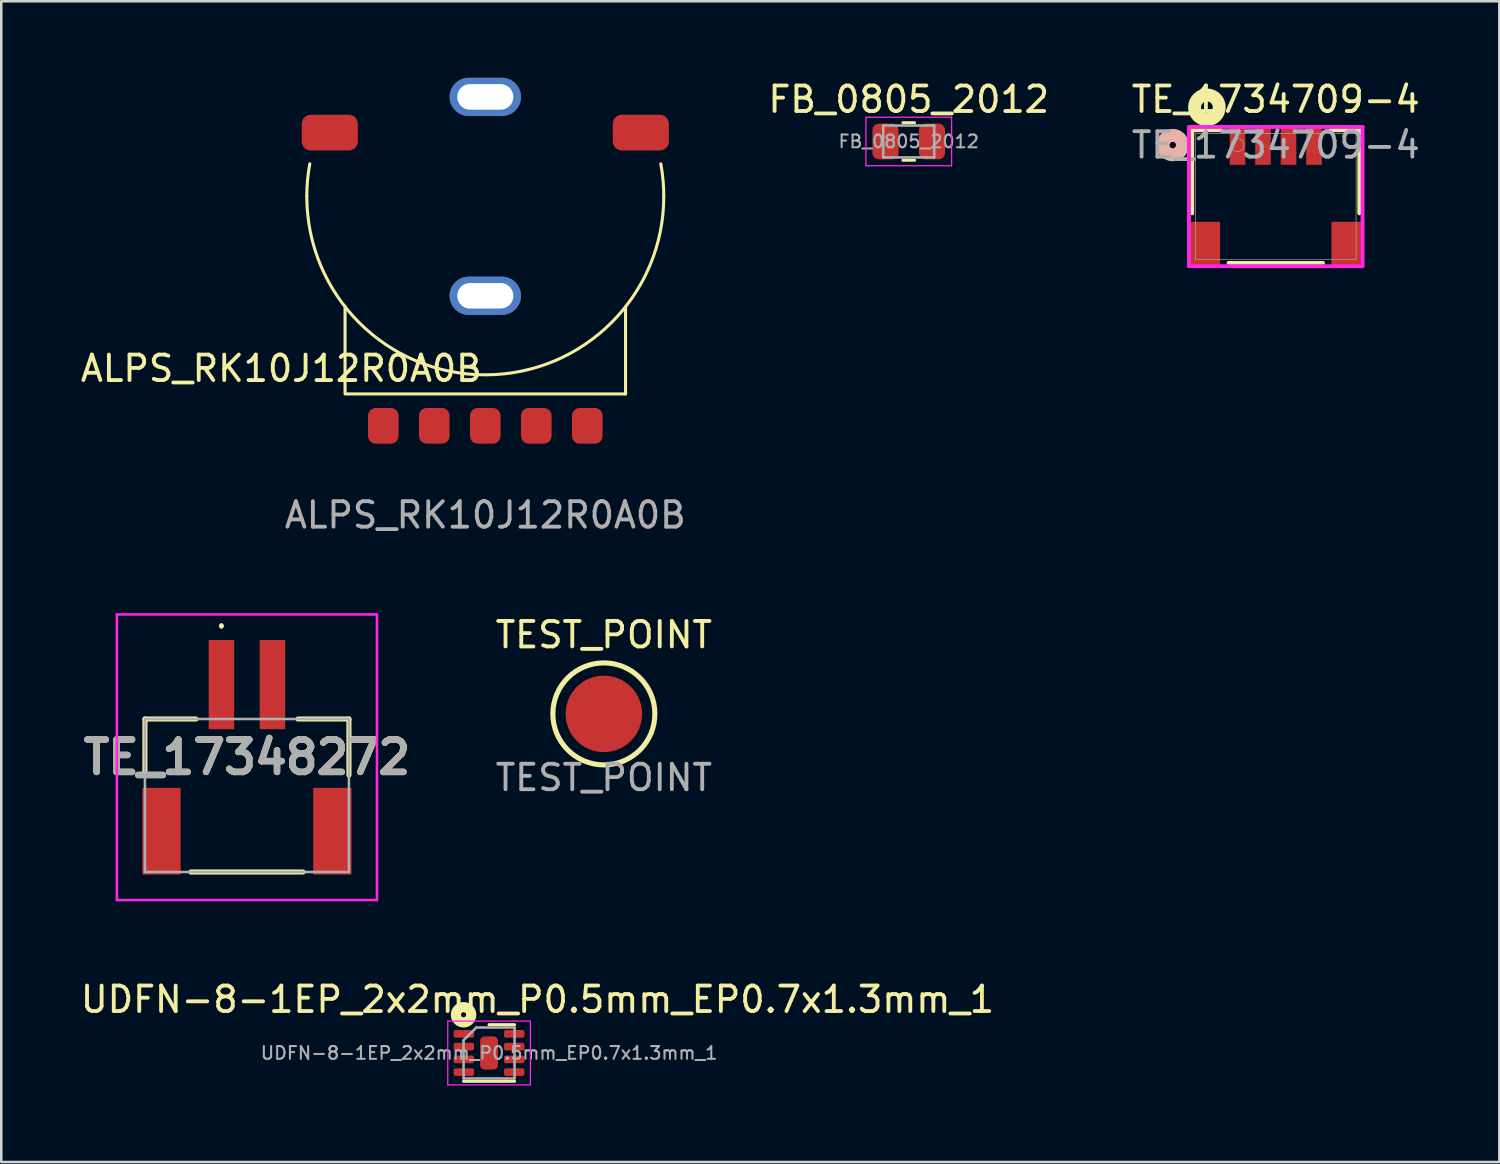
<source format=kicad_pcb>
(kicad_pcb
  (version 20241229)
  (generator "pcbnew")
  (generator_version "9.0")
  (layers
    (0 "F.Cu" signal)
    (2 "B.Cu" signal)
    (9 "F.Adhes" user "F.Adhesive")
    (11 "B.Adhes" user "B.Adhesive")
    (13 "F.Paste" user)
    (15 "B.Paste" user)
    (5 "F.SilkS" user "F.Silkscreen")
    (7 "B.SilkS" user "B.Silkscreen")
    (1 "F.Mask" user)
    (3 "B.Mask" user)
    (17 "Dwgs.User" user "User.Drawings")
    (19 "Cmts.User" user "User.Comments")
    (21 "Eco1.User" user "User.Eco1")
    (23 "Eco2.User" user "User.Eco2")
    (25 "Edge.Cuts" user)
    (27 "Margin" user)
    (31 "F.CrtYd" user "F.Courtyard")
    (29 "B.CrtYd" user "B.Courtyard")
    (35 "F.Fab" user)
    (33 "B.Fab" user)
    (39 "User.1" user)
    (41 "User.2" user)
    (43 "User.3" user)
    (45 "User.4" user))
  (footprint "TEST_POINT"
    (layer "F.Cu")
    (at 20.632 24.947)
    (property "Reference" "TEST_POINT" (at 0 -3.1 0) (unlocked yes) (layer "F.SilkS") (effects (font (size 1 1) (thickness 0.15))))
    (attr smd)
    (fp_circle (center 0 0) (end 2 0) (stroke (width 0.2) (type default)) (fill no) (layer "F.SilkS"))
    (fp_text user "${REFERENCE}" (at 0 2.5 0) (unlocked yes) (layer "F.Fab") (effects (font (size 1 1) (thickness 0.15))))
    (pad "1" smd circle (at 0 0) (size 3 3) (layers "F.Cu" "F.Mask")))
  (footprint "TE_17348272"
    (layer "F.Cu")
    (at 6.634 28.148)
    (property "Reference" "TE_17348272" (at 0 -1.5 0) (layer "F.SilkS") (effects (font (size 1.27 1.27) (thickness 0.254))))
    (attr smd)
    (fp_line (start -4 -3) (end -2 -3) (stroke (width 0.2) (type solid)) (layer "F.SilkS"))
    (fp_line (start -4 -0.8) (end -4 -3) (stroke (width 0.2) (type solid)) (layer "F.SilkS"))
    (fp_line (start -2.2 3) (end 2.2 3) (stroke (width 0.2) (type solid)) (layer "F.SilkS"))
    (fp_line (start -1 -6.7) (end -1 -6.7) (stroke (width 0.1) (type solid)) (layer "F.SilkS"))
    (fp_line (start -1 -6.6) (end -1 -6.6) (stroke (width 0.1) (type solid)) (layer "F.SilkS"))
    (fp_line (start 2 -3) (end 4 -3) (stroke (width 0.2) (type solid)) (layer "F.SilkS"))
    (fp_line (start 4 -3) (end 4 -0.8) (stroke (width 0.2) (type solid)) (layer "F.SilkS"))
    (fp_arc (start -1 -6.7) (mid -0.95 -6.65) (end -1 -6.6) (stroke (width 0.1) (type solid)) (layer "F.SilkS"))
    (fp_arc (start -1 -6.6) (mid -1.05 -6.65) (end -1 -6.7) (stroke (width 0.1) (type solid)) (layer "F.SilkS"))
    (fp_line (start -5.1 -7.1) (end 5.1 -7.1) (stroke (width 0.1) (type solid)) (layer "F.CrtYd"))
    (fp_line (start -5.1 4.1) (end -5.1 -7.1) (stroke (width 0.1) (type solid)) (layer "F.CrtYd"))
    (fp_line (start 5.1 -7.1) (end 5.1 4.1) (stroke (width 0.1) (type solid)) (layer "F.CrtYd"))
    (fp_line (start 5.1 4.1) (end -5.1 4.1) (stroke (width 0.1) (type solid)) (layer "F.CrtYd"))
    (fp_line (start -4 -3) (end 4 -3) (stroke (width 0.1) (type solid)) (layer "F.Fab"))
    (fp_line (start -4 3) (end -4 -3) (stroke (width 0.1) (type solid)) (layer "F.Fab"))
    (fp_line (start 4 -3) (end 4 3) (stroke (width 0.1) (type solid)) (layer "F.Fab"))
    (fp_line (start 4 3) (end -4 3) (stroke (width 0.1) (type solid)) (layer "F.Fab"))
    (fp_text user "${REFERENCE}" (at 0 -1.5 0) (layer "F.Fab") (effects (font (size 1.27 1.27) (thickness 0.254))))
    (pad "" smd rect (at -3.35 1.4) (size 1.5 3.4) (layers "F.Cu" "F.Mask" "F.Paste"))
    (pad "" smd rect (at 3.35 1.4) (size 1.5 3.4) (layers "F.Cu" "F.Mask" "F.Paste"))
    (pad "1" smd rect (at -1 -4.35) (size 1 3.5) (layers "F.Cu" "F.Mask" "F.Paste"))
    (pad "2" smd rect (at 1 -4.35) (size 1 3.5) (layers "F.Cu" "F.Mask" "F.Paste")))
  (footprint "TE_1734709-4"
    (layer "F.Cu")
    (at 46.982 4.658)
    (property "Reference" "TE_1734709-4" (at 0 -3.81 0) (unlocked yes) (layer "F.SilkS") (effects (font (size 1 1) (thickness 0.15))))
    (attr smd)
    (fp_line (start -3.277 -2.603) (end -3.277 0.658) (stroke (width 0.152) (type solid)) (layer "F.SilkS"))
    (fp_line (start -2.138 -2.603) (end -3.277 -2.603) (stroke (width 0.152) (type solid)) (layer "F.SilkS"))
    (fp_line (start -1.852 2.603) (end 1.852 2.603) (stroke (width 0.152) (type solid)) (layer "F.SilkS"))
    (fp_line (start 3.277 -2.603) (end 2.138 -2.603) (stroke (width 0.152) (type solid)) (layer "F.SilkS"))
    (fp_line (start 3.277 0.658) (end 3.277 -2.603) (stroke (width 0.152) (type solid)) (layer "F.SilkS"))
    (fp_circle (center -2.7 -3.5) (end -2.47 -3.5) (stroke (width 0.508) (type solid)) (fill no) (layer "F.SilkS"))
    (fp_circle (center -4.04 -2.019) (end -3.659 -2.019) (stroke (width 0.508) (type solid)) (fill no) (layer "B.SilkS"))
    (fp_line (start -3.404 -2.731) (end -3.404 2.731) (stroke (width 0.152) (type solid)) (layer "F.CrtYd"))
    (fp_line (start -3.404 2.731) (end 3.404 2.731) (stroke (width 0.152) (type solid)) (layer "F.CrtYd"))
    (fp_line (start 3.404 -2.731) (end -3.404 -2.731) (stroke (width 0.152) (type solid)) (layer "F.CrtYd"))
    (fp_line (start 3.404 2.731) (end 3.404 -2.731) (stroke (width 0.152) (type solid)) (layer "F.CrtYd"))
    (fp_line (start -3.15 -2.477) (end -3.15 2.477) (stroke (width 0.025) (type solid)) (layer "F.Fab"))
    (fp_line (start -3.15 2.477) (end 3.15 2.477) (stroke (width 0.025) (type solid)) (layer "F.Fab"))
    (fp_line (start 3.15 -2.477) (end -3.15 -2.477) (stroke (width 0.025) (type solid)) (layer "F.Fab"))
    (fp_line (start 3.15 2.477) (end 3.15 -2.477) (stroke (width 0.025) (type solid)) (layer "F.Fab"))
    (fp_circle (center -1.5 -2.019) (end -1.246 -2.019) (stroke (width 0.025) (type solid)) (fill no) (layer "F.Fab"))
    (fp_text user "${REFERENCE}" (at 0 -2.019 0) (unlocked yes) (layer "F.Fab") (effects (font (size 1 1) (thickness 0.15))))
    (pad "" smd rect (at -2.794 1.892) (size 1.219 1.803) (layers "F.Cu" "F.Mask" "F.Paste"))
    (pad "" smd rect (at 2.794 1.892) (size 1.219 1.803) (layers "F.Cu" "F.Mask" "F.Paste"))
    (pad "1" smd rect (at -1.5 -2.019) (size 0.61 1.549) (layers "F.Cu" "F.Mask" "F.Paste"))
    (pad "2" smd rect (at -0.5 -2.019) (size 0.61 1.549) (layers "F.Cu" "F.Mask" "F.Paste"))
    (pad "3" smd rect (at 0.5 -2.019) (size 0.61 1.549) (layers "F.Cu" "F.Mask" "F.Paste"))
    (pad "4" smd rect (at 1.5 -2.019) (size 0.61 1.549) (layers "F.Cu" "F.Mask" "F.Paste")))
  (footprint "UDFN-8-1EP_2x2mm_P0.5mm_EP0.7x1.3mm_1"
    (layer "F.Cu")
    (at 16.13 38.246)
    (property "Reference" "UDFN-8-1EP_2x2mm_P0.5mm_EP0.7x1.3mm_1" (at 1.9 -2.1 0) (layer "F.SilkS") (effects (font (size 1 1) (thickness 0.15))))
    (attr smd)
    (fp_line (start -1 1.11) (end 1 1.11) (stroke (width 0.12) (type solid)) (layer "F.SilkS"))
    (fp_line (start 0 -1.11) (end 1 -1.11) (stroke (width 0.12) (type solid)) (layer "F.SilkS"))
    (fp_circle (center -1 -1.5) (end -0.9 -1.5) (stroke (width 0.4) (type solid)) (fill no) (layer "F.SilkS"))
    (fp_line (start -1.62 -1.25) (end -1.62 1.25) (stroke (width 0.05) (type solid)) (layer "F.CrtYd"))
    (fp_line (start -1.62 1.25) (end 1.62 1.25) (stroke (width 0.05) (type solid)) (layer "F.CrtYd"))
    (fp_line (start 1.62 -1.25) (end -1.62 -1.25) (stroke (width 0.05) (type solid)) (layer "F.CrtYd"))
    (fp_line (start 1.62 1.25) (end 1.62 -1.25) (stroke (width 0.05) (type solid)) (layer "F.CrtYd"))
    (fp_line (start -1 -0.5) (end -0.5 -1) (stroke (width 0.1) (type solid)) (layer "F.Fab"))
    (fp_line (start -1 1) (end -1 -0.5) (stroke (width 0.1) (type solid)) (layer "F.Fab"))
    (fp_line (start -0.5 -1) (end 1 -1) (stroke (width 0.1) (type solid)) (layer "F.Fab"))
    (fp_line (start 1 -1) (end 1 1) (stroke (width 0.1) (type solid)) (layer "F.Fab"))
    (fp_line (start 1 1) (end -1 1) (stroke (width 0.1) (type solid)) (layer "F.Fab"))
    (fp_text user "${REFERENCE}" (at 0 0 0) (layer "F.Fab") (effects (font (size 0.5 0.5) (thickness 0.08))))
    (pad "1" smd roundrect (at -0.988 -0.75) (size 0.8 0.3) (layers "F.Cu" "F.Mask" "F.Paste") (roundrect_rratio 0.25))
    (pad "2" smd roundrect (at -0.988 -0.25) (size 0.8 0.3) (layers "F.Cu" "F.Mask" "F.Paste") (roundrect_rratio 0.25))
    (pad "3" smd roundrect (at -0.988 0.25) (size 0.8 0.3) (layers "F.Cu" "F.Mask" "F.Paste") (roundrect_rratio 0.25))
    (pad "4" smd roundrect (at -0.988 0.75) (size 0.8 0.3) (layers "F.Cu" "F.Mask" "F.Paste") (roundrect_rratio 0.25))
    (pad "5" smd roundrect (at 0.988 0.75) (size 0.8 0.3) (layers "F.Cu" "F.Mask" "F.Paste") (roundrect_rratio 0.25))
    (pad "6" smd roundrect (at 0.988 0.25) (size 0.8 0.3) (layers "F.Cu" "F.Mask" "F.Paste") (roundrect_rratio 0.25))
    (pad "7" smd roundrect (at 0.988 -0.25) (size 0.8 0.3) (layers "F.Cu" "F.Mask" "F.Paste") (roundrect_rratio 0.25))
    (pad "8" smd roundrect (at 0.988 -0.75) (size 0.8 0.3) (layers "F.Cu" "F.Mask" "F.Paste") (roundrect_rratio 0.25))
    (pad "9" smd roundrect (at 0 0) (size 0.7 1.3) (layers "F.Cu" "F.Mask" "F.Paste") (roundrect_rratio 0.25)))
  (footprint "ALPS_RK10J12R0A0B"
    (layer "F.Cu")
    (at 15.982 4.65)
    (property "Reference" "ALPS_RK10J12R0A0B" (at -8 6.75 0) (unlocked yes) (layer "F.SilkS") (effects (font (size 1 1) (thickness 0.15))))
    (attr smd)
    (fp_line (start -5.5 4.312) (end -5.5 7.688) (stroke (width 0.12) (type default)) (layer "F.SilkS"))
    (fp_line (start 5.5 4.375) (end 5.5 7.75) (stroke (width 0.12) (type default)) (layer "F.SilkS"))
    (fp_line (start 5.5 7.75) (end -5.5 7.75) (stroke (width 0.12) (type default)) (layer "F.SilkS"))
    (fp_arc (start -7 0) (mid -6.970682 -0.639993) (end -6.882974 -1.274625) (stroke (width 0.12) (type default)) (layer "F.SilkS"))
    (fp_arc (start 6.882974 -1.274625) (mid 6.970682 -0.639993) (end 7 0) (stroke (width 0.12) (type default)) (layer "F.SilkS"))
    (fp_arc (start 7 0) (mid 0 7) (end -7 0) (stroke (width 0.12) (type default)) (layer "F.SilkS"))
    (fp_text user "${REFERENCE}" (at 0 12.5 0) (unlocked yes) (layer "F.Fab") (effects (font (size 1 1) (thickness 0.15))))
    (pad "" smd roundrect (at -6.1 -2.5) (size 2.2 1.4) (layers "F.Cu" "F.Mask" "F.Paste") (roundrect_rratio 0.25))
    (pad "" thru_hole oval (at 0 -3.9) (size 2.8 1.5) (drill oval 2.2 1) (layers "*.Cu" "*.Mask"))
    (pad "" thru_hole oval (at 0 3.9) (size 2.8 1.5) (drill oval 2.2 1) (layers "*.Cu" "*.Mask"))
    (pad "" smd roundrect (at 6.1 -2.5) (size 2.2 1.4) (layers "F.Cu" "F.Mask" "F.Paste") (roundrect_rratio 0.25))
    (pad "1" smd roundrect (at -4 9) (size 1.2 1.4) (layers "F.Cu" "F.Mask" "F.Paste") (roundrect_rratio 0.25))
    (pad "2" smd roundrect (at -2 9) (size 1.2 1.4) (layers "F.Cu" "F.Mask" "F.Paste") (roundrect_rratio 0.25))
    (pad "3" smd roundrect (at 0 9) (size 1.2 1.4) (layers "F.Cu" "F.Mask" "F.Paste") (roundrect_rratio 0.25))
    (pad "4" smd roundrect (at 2 9) (size 1.2 1.4) (layers "F.Cu" "F.Mask" "F.Paste") (roundrect_rratio 0.25))
    (pad "5" smd roundrect (at 4 9) (size 1.2 1.4) (layers "F.Cu" "F.Mask" "F.Paste") (roundrect_rratio 0.25)))
  (footprint "FB_0805_2012"
    (layer "F.Cu")
    (at 32.589 2.498)
    (property "Reference" "FB_0805_2012" (at 0 -1.65 0) (layer "F.SilkS") (effects (font (size 1 1) (thickness 0.15))))
    (attr smd)
    (fp_line (start -0.227 -0.735) (end 0.227 -0.735) (stroke (width 0.12) (type solid)) (layer "F.SilkS"))
    (fp_line (start -0.227 0.735) (end 0.227 0.735) (stroke (width 0.12) (type solid)) (layer "F.SilkS"))
    (fp_line (start -1.68 -0.95) (end 1.68 -0.95) (stroke (width 0.05) (type solid)) (layer "F.CrtYd"))
    (fp_line (start -1.68 0.95) (end -1.68 -0.95) (stroke (width 0.05) (type solid)) (layer "F.CrtYd"))
    (fp_line (start 1.68 -0.95) (end 1.68 0.95) (stroke (width 0.05) (type solid)) (layer "F.CrtYd"))
    (fp_line (start 1.68 0.95) (end -1.68 0.95) (stroke (width 0.05) (type solid)) (layer "F.CrtYd"))
    (fp_line (start -1 -0.625) (end 1 -0.625) (stroke (width 0.1) (type solid)) (layer "F.Fab"))
    (fp_line (start -1 0.625) (end -1 -0.625) (stroke (width 0.1) (type solid)) (layer "F.Fab"))
    (fp_line (start 1 -0.625) (end 1 0.625) (stroke (width 0.1) (type solid)) (layer "F.Fab"))
    (fp_line (start 1 0.625) (end -1 0.625) (stroke (width 0.1) (type solid)) (layer "F.Fab"))
    (fp_text user "${REFERENCE}" (at 0 0 0) (layer "F.Fab") (effects (font (size 0.5 0.5) (thickness 0.08))))
    (pad "1" smd roundrect (at -0.912 0) (size 1.025 1.4) (layers "F.Cu" "F.Mask" "F.Paste") (roundrect_rratio 0.244))
    (pad "2" smd roundrect (at 0.912 0) (size 1.025 1.4) (layers "F.Cu" "F.Mask" "F.Paste") (roundrect_rratio 0.244)))
  (gr_rect
    (start -3 -3)
    (end 55.75 42.522)
    (stroke (width 0.1) (type default))
    (fill no)
    (layer "Edge.Cuts")))
</source>
